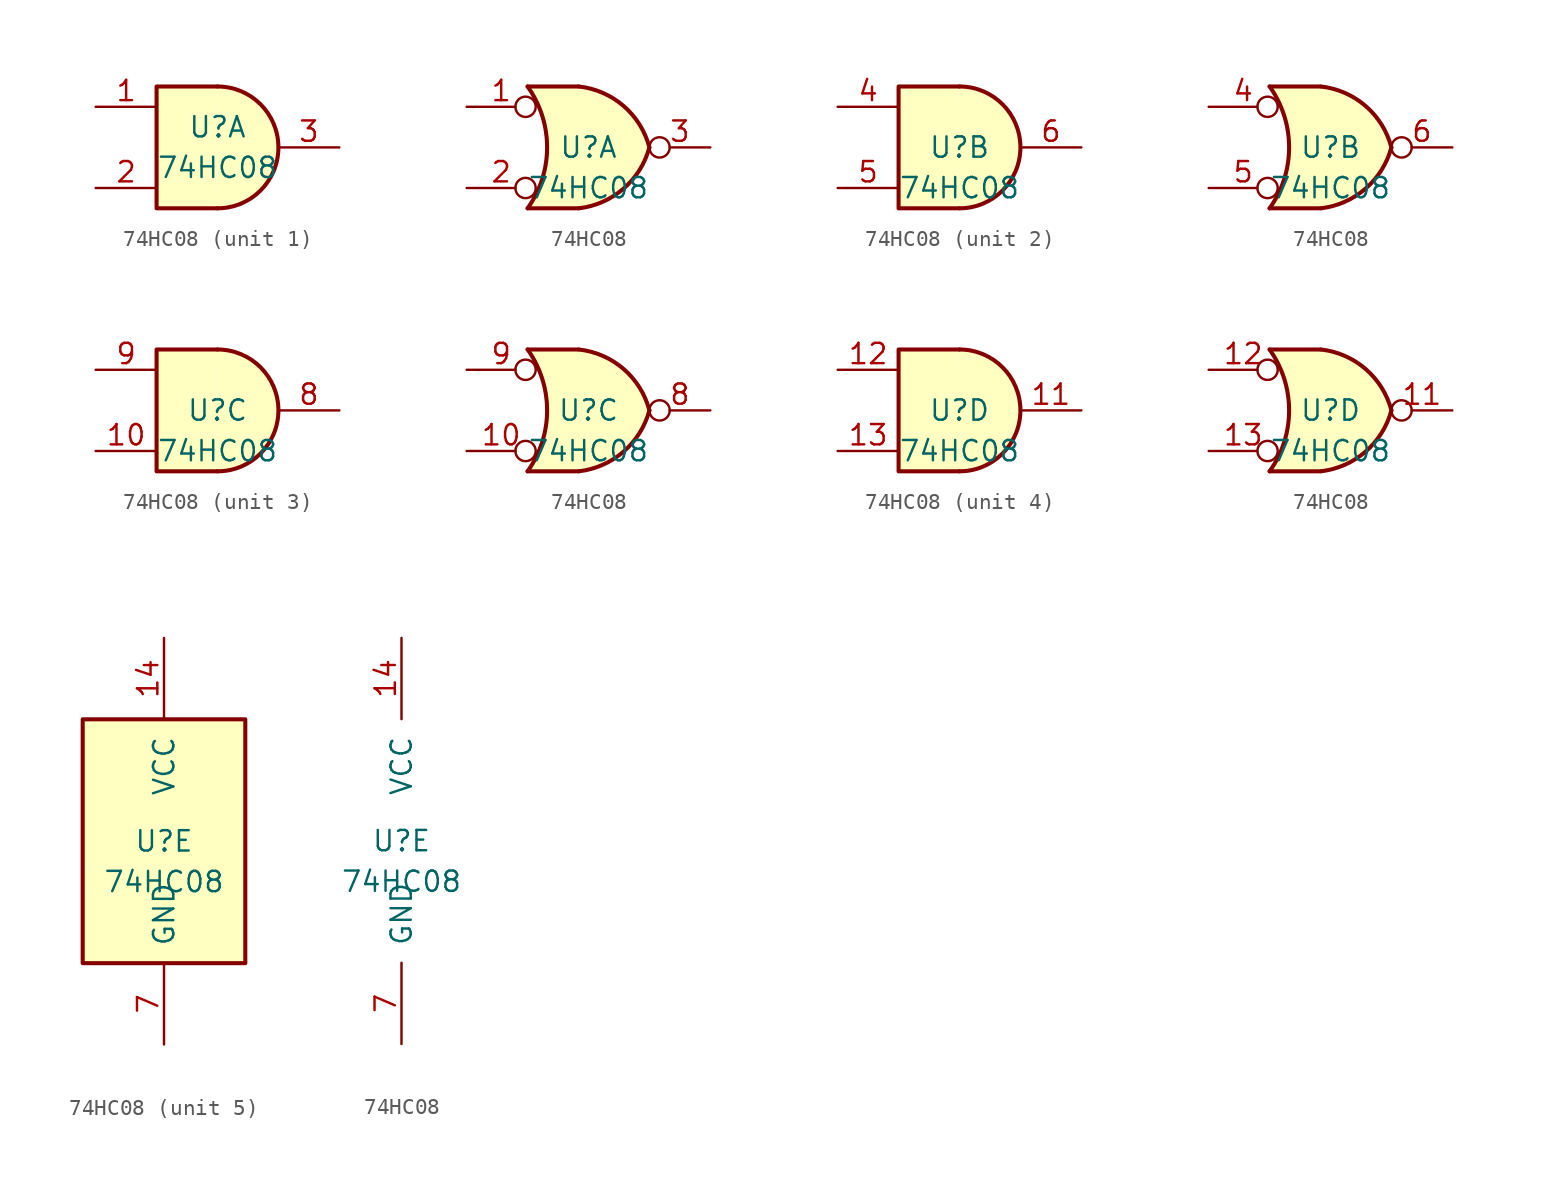
<source format=kicad_sym>
(kicad_symbol_lib
  (version 20230620)
  (generator kicad_symbol_editor)
  (symbol "74HC08"
    (pin_names
      (offset 1.016))
    (property "Reference" "U"
      (at 0 0 0)
      (effects (font (size 1.27 1.27))))
    (property "Value" "74HC08"
      (at 0 -2.54 0)
      (effects (font (size 1.27 1.27))))
    (property "ki_locked" ""
      (at 0 0 0)
      (effects (font (size 1.27 1.27))))
    (symbol "74HC08_1_1"
      (arc (start 0 -5.08) (mid 3.7934 -1.27) (end 0 2.54) (stroke (width 0.254) (type default)) (fill (type background)))
      (polyline (pts (xy 0 2.54) (xy -3.81 2.54) (xy -3.81 -5.08) (xy 0 -5.08)) (stroke (width 0.254) (type default)) (fill (type background)))
      (pin input line (at -7.62 1.27 0) (length 3.81) (name "~" (effects (font (size 1.27 1.27)))) (number "1" (effects (font (size 1.27 1.27)))))
      (pin input line (at -7.62 -3.81 0) (length 3.81) (name "~" (effects (font (size 1.27 1.27)))) (number "2" (effects (font (size 1.27 1.27)))))
      (pin output line (at 7.62 -1.27 180) (length 3.81) (name "~" (effects (font (size 1.27 1.27)))) (number "3" (effects (font (size 1.27 1.27))))))
    (symbol "74HC08_1_2"
      (arc (start -3.81 -3.81) (mid -2.589 0) (end -3.81 3.81) (stroke (width 0.254) (type default)) (fill (type none)))
      (arc (start -0.6096 -3.81) (mid 2.1842 -2.5851) (end 3.81 0) (stroke (width 0.254) (type default)) (fill (type background)))
      (polyline (pts (xy -3.81 -3.81) (xy -0.635 -3.81)) (stroke (width 0.254) (type default)) (fill (type background)))
      (polyline (pts (xy -3.81 3.81) (xy -0.635 3.81)) (stroke (width 0.254) (type default)) (fill (type background)))
      (polyline (pts (xy -0.635 3.81) (xy -3.81 3.81) (xy -3.81 3.81) (xy -3.556 3.404) (xy -3.023 2.261) (xy -2.692 1.041) (xy -2.616 -0.254) (xy -2.769 -1.499) (xy -3.175 -2.718) (xy -3.81 -3.81) (xy -3.81 -3.81) (xy -0.635 -3.81)) (stroke (width -25.4) (type default)) (fill (type background)))
      (arc (start 3.81 0) (mid 2.1915 2.5936) (end -0.6096 3.81) (stroke (width 0.254) (type default)) (fill (type background)))
      (pin input inverted (at -7.62 2.54 0) (length 4.318) (name "~" (effects (font (size 1.27 1.27)))) (number "1" (effects (font (size 1.27 1.27)))))
      (pin input inverted (at -7.62 -2.54 0) (length 4.318) (name "~" (effects (font (size 1.27 1.27)))) (number "2" (effects (font (size 1.27 1.27)))))
      (pin output inverted (at 7.62 0 180) (length 3.81) (name "~" (effects (font (size 1.27 1.27)))) (number "3" (effects (font (size 1.27 1.27))))))
    (symbol "74HC08_2_1"
      (arc (start 0 -3.81) (mid 3.7934 0) (end 0 3.81) (stroke (width 0.254) (type default)) (fill (type background)))
      (polyline (pts (xy 0 3.81) (xy -3.81 3.81) (xy -3.81 -3.81) (xy 0 -3.81)) (stroke (width 0.254) (type default)) (fill (type background)))
      (pin input line (at -7.62 2.54 0) (length 3.81) (name "~" (effects (font (size 1.27 1.27)))) (number "4" (effects (font (size 1.27 1.27)))))
      (pin input line (at -7.62 -2.54 0) (length 3.81) (name "~" (effects (font (size 1.27 1.27)))) (number "5" (effects (font (size 1.27 1.27)))))
      (pin output line (at 7.62 0 180) (length 3.81) (name "~" (effects (font (size 1.27 1.27)))) (number "6" (effects (font (size 1.27 1.27))))))
    (symbol "74HC08_2_2"
      (arc (start -3.81 -3.81) (mid -2.589 0) (end -3.81 3.81) (stroke (width 0.254) (type default)) (fill (type none)))
      (arc (start -0.6096 -3.81) (mid 2.1842 -2.5851) (end 3.81 0) (stroke (width 0.254) (type default)) (fill (type background)))
      (polyline (pts (xy -3.81 -3.81) (xy -0.635 -3.81)) (stroke (width 0.254) (type default)) (fill (type background)))
      (polyline (pts (xy -3.81 3.81) (xy -0.635 3.81)) (stroke (width 0.254) (type default)) (fill (type background)))
      (polyline (pts (xy -0.635 3.81) (xy -3.81 3.81) (xy -3.81 3.81) (xy -3.556 3.404) (xy -3.023 2.261) (xy -2.692 1.041) (xy -2.616 -0.254) (xy -2.769 -1.499) (xy -3.175 -2.718) (xy -3.81 -3.81) (xy -3.81 -3.81) (xy -0.635 -3.81)) (stroke (width -25.4) (type default)) (fill (type background)))
      (arc (start 3.81 0) (mid 2.1915 2.5936) (end -0.6096 3.81) (stroke (width 0.254) (type default)) (fill (type background)))
      (pin input inverted (at -7.62 2.54 0) (length 4.318) (name "~" (effects (font (size 1.27 1.27)))) (number "4" (effects (font (size 1.27 1.27)))))
      (pin input inverted (at -7.62 -2.54 0) (length 4.318) (name "~" (effects (font (size 1.27 1.27)))) (number "5" (effects (font (size 1.27 1.27)))))
      (pin output inverted (at 7.62 0 180) (length 3.81) (name "~" (effects (font (size 1.27 1.27)))) (number "6" (effects (font (size 1.27 1.27))))))
    (symbol "74HC08_3_1"
      (arc (start 0 -3.81) (mid 3.7934 0) (end 0 3.81) (stroke (width 0.254) (type default)) (fill (type background)))
      (polyline (pts (xy 0 3.81) (xy -3.81 3.81) (xy -3.81 -3.81) (xy 0 -3.81)) (stroke (width 0.254) (type default)) (fill (type background)))
      (pin input line (at -7.62 -2.54 0) (length 3.81) (name "~" (effects (font (size 1.27 1.27)))) (number "10" (effects (font (size 1.27 1.27)))))
      (pin output line (at 7.62 0 180) (length 3.81) (name "~" (effects (font (size 1.27 1.27)))) (number "8" (effects (font (size 1.27 1.27)))))
      (pin input line (at -7.62 2.54 0) (length 3.81) (name "~" (effects (font (size 1.27 1.27)))) (number "9" (effects (font (size 1.27 1.27))))))
    (symbol "74HC08_3_2"
      (arc (start -3.81 -3.81) (mid -2.589 0) (end -3.81 3.81) (stroke (width 0.254) (type default)) (fill (type none)))
      (arc (start -0.6096 -3.81) (mid 2.1842 -2.5851) (end 3.81 0) (stroke (width 0.254) (type default)) (fill (type background)))
      (polyline (pts (xy -3.81 -3.81) (xy -0.635 -3.81)) (stroke (width 0.254) (type default)) (fill (type background)))
      (polyline (pts (xy -3.81 3.81) (xy -0.635 3.81)) (stroke (width 0.254) (type default)) (fill (type background)))
      (polyline (pts (xy -0.635 3.81) (xy -3.81 3.81) (xy -3.81 3.81) (xy -3.556 3.404) (xy -3.023 2.261) (xy -2.692 1.041) (xy -2.616 -0.254) (xy -2.769 -1.499) (xy -3.175 -2.718) (xy -3.81 -3.81) (xy -3.81 -3.81) (xy -0.635 -3.81)) (stroke (width -25.4) (type default)) (fill (type background)))
      (arc (start 3.81 0) (mid 2.1915 2.5936) (end -0.6096 3.81) (stroke (width 0.254) (type default)) (fill (type background)))
      (pin input inverted (at -7.62 -2.54 0) (length 4.318) (name "~" (effects (font (size 1.27 1.27)))) (number "10" (effects (font (size 1.27 1.27)))))
      (pin output inverted (at 7.62 0 180) (length 3.81) (name "~" (effects (font (size 1.27 1.27)))) (number "8" (effects (font (size 1.27 1.27)))))
      (pin input inverted (at -7.62 2.54 0) (length 4.318) (name "~" (effects (font (size 1.27 1.27)))) (number "9" (effects (font (size 1.27 1.27))))))
    (symbol "74HC08_4_1"
      (arc (start 0 -3.81) (mid 3.7934 0) (end 0 3.81) (stroke (width 0.254) (type default)) (fill (type background)))
      (polyline (pts (xy 0 3.81) (xy -3.81 3.81) (xy -3.81 -3.81) (xy 0 -3.81)) (stroke (width 0.254) (type default)) (fill (type background)))
      (pin output line (at 7.62 0 180) (length 3.81) (name "~" (effects (font (size 1.27 1.27)))) (number "11" (effects (font (size 1.27 1.27)))))
      (pin input line (at -7.62 2.54 0) (length 3.81) (name "~" (effects (font (size 1.27 1.27)))) (number "12" (effects (font (size 1.27 1.27)))))
      (pin input line (at -7.62 -2.54 0) (length 3.81) (name "~" (effects (font (size 1.27 1.27)))) (number "13" (effects (font (size 1.27 1.27))))))
    (symbol "74HC08_4_2"
      (arc (start -3.81 -3.81) (mid -2.589 0) (end -3.81 3.81) (stroke (width 0.254) (type default)) (fill (type none)))
      (arc (start -0.6096 -3.81) (mid 2.1842 -2.5851) (end 3.81 0) (stroke (width 0.254) (type default)) (fill (type background)))
      (polyline (pts (xy -3.81 -3.81) (xy -0.635 -3.81)) (stroke (width 0.254) (type default)) (fill (type background)))
      (polyline (pts (xy -3.81 3.81) (xy -0.635 3.81)) (stroke (width 0.254) (type default)) (fill (type background)))
      (polyline (pts (xy -0.635 3.81) (xy -3.81 3.81) (xy -3.81 3.81) (xy -3.556 3.404) (xy -3.023 2.261) (xy -2.692 1.041) (xy -2.616 -0.254) (xy -2.769 -1.499) (xy -3.175 -2.718) (xy -3.81 -3.81) (xy -3.81 -3.81) (xy -0.635 -3.81)) (stroke (width -25.4) (type default)) (fill (type background)))
      (arc (start 3.81 0) (mid 2.1915 2.5936) (end -0.6096 3.81) (stroke (width 0.254) (type default)) (fill (type background)))
      (pin output inverted (at 7.62 0 180) (length 3.81) (name "~" (effects (font (size 1.27 1.27)))) (number "11" (effects (font (size 1.27 1.27)))))
      (pin input inverted (at -7.62 2.54 0) (length 4.318) (name "~" (effects (font (size 1.27 1.27)))) (number "12" (effects (font (size 1.27 1.27)))))
      (pin input inverted (at -7.62 -2.54 0) (length 4.318) (name "~" (effects (font (size 1.27 1.27)))) (number "13" (effects (font (size 1.27 1.27))))))
    (symbol "74HC08_5_0"
      (pin power_in line (at 0 12.7 270) (length 5.08) (name "VCC" (effects (font (size 1.27 1.27)))) (number "14" (effects (font (size 1.27 1.27)))))
      (pin power_in line (at 0 -12.7 90) (length 5.08) (name "GND" (effects (font (size 1.27 1.27)))) (number "7" (effects (font (size 1.27 1.27))))))
    (symbol "74HC08_5_1"
      (rectangle (start -5.08 7.62) (end 5.08 -7.62) (stroke (width 0.254) (type default)) (fill (type background))))))
</source>
